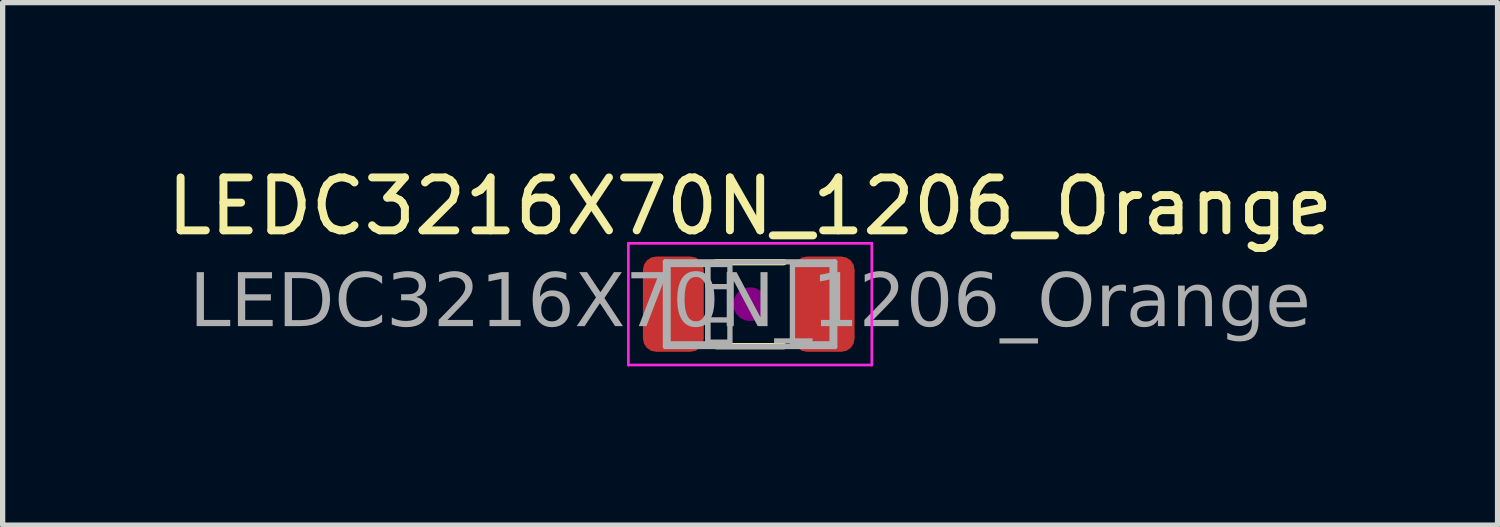
<source format=kicad_pcb>
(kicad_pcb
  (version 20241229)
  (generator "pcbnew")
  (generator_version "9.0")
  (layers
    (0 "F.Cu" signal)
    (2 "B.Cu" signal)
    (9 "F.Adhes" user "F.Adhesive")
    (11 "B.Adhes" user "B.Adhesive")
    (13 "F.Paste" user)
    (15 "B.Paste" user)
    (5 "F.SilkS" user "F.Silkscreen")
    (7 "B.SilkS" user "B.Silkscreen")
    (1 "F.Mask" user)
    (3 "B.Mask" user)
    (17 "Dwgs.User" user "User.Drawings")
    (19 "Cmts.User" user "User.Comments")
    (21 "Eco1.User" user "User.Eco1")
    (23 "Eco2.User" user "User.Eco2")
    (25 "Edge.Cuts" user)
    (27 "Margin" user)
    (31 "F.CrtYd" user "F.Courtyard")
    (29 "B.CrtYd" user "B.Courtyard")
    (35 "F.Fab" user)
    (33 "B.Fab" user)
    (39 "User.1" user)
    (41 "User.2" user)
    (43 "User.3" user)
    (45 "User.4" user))
  (footprint "LEDC3216X70N_1206_Orange"
    (layer "F.Cu")
    (at 11.125 2.698)
    (property "Reference" "LEDC3216X70N_1206_Orange" (at 0 -1.85 0) (layer "F.SilkS") (effects (font (size 1 1) (thickness 0.15))))
    (attr smd)
    (fp_line (start -0.635 -0.794) (end 0.635 -0.794) (stroke (width 0.12) (type solid)) (layer "F.SilkS"))
    (fp_line (start -0.635 0.794) (end 0.635 0.794) (stroke (width 0.12) (type solid)) (layer "F.SilkS"))
    (fp_circle (center 0 0) (end 0.318 0) (stroke (width 0) (type solid)) (fill yes) (layer "F.Adhes"))
    (fp_line (start -2.3 -1.15) (end 2.3 -1.15) (stroke (width 0.05) (type solid)) (layer "F.CrtYd"))
    (fp_line (start -2.3 1.15) (end -2.3 -1.15) (stroke (width 0.05) (type solid)) (layer "F.CrtYd"))
    (fp_line (start 2.3 -1.15) (end 2.3 1.15) (stroke (width 0.05) (type solid)) (layer "F.CrtYd"))
    (fp_line (start 2.3 1.15) (end -2.3 1.15) (stroke (width 0.05) (type solid)) (layer "F.CrtYd"))
    (fp_line (start -1.6 -0.8) (end 1.6 -0.8) (stroke (width 0.1) (type solid)) (layer "F.Fab"))
    (fp_line (start -1.6 0.8) (end -1.6 -0.8) (stroke (width 0.1) (type solid)) (layer "F.Fab"))
    (fp_line (start 1.6 -0.8) (end 1.6 0.8) (stroke (width 0.1) (type solid)) (layer "F.Fab"))
    (fp_line (start 1.6 0.8) (end -1.6 0.8) (stroke (width 0.1) (type solid)) (layer "F.Fab"))
    (fp_rect (start -0.8 -0.75) (end -0.381 -0.331) (stroke (width 0.1) (type solid)) (fill no) (layer "F.Fab"))
    (fp_rect (start -0.8 0.298) (end -0.381 0.718) (stroke (width 0.1) (type solid)) (fill no) (layer "F.Fab"))
    (fp_rect (start -0.8 0.75) (end -1.55 -0.75) (stroke (width 0.1) (type solid)) (fill no) (layer "F.Fab"))
    (fp_rect (start 0.8 -0.75) (end 1.55 0.75) (stroke (width 0.1) (type solid)) (fill no) (layer "F.Fab"))
    (fp_text user "${REFERENCE}" (at 0 0 0) (layer "F.Fab") (effects (font (face "Tahoma") (size 1 1) (thickness 0.15))))
    (pad "A" smd roundrect (at 1.4 0) (size 1.15 1.8) (layers "F.Cu" "F.Mask" "F.Paste") (roundrect_rratio 0.217))
    (pad "C" smd roundrect (at -1.45 0) (size 1.15 1.8) (layers "F.Cu" "F.Mask" "F.Paste") (roundrect_rratio 0.217)))
  (gr_rect
    (start -3 -3)
    (end 25.25 6.873)
    (stroke (width 0.1) (type default))
    (fill no)
    (layer "Edge.Cuts")))
</source>
